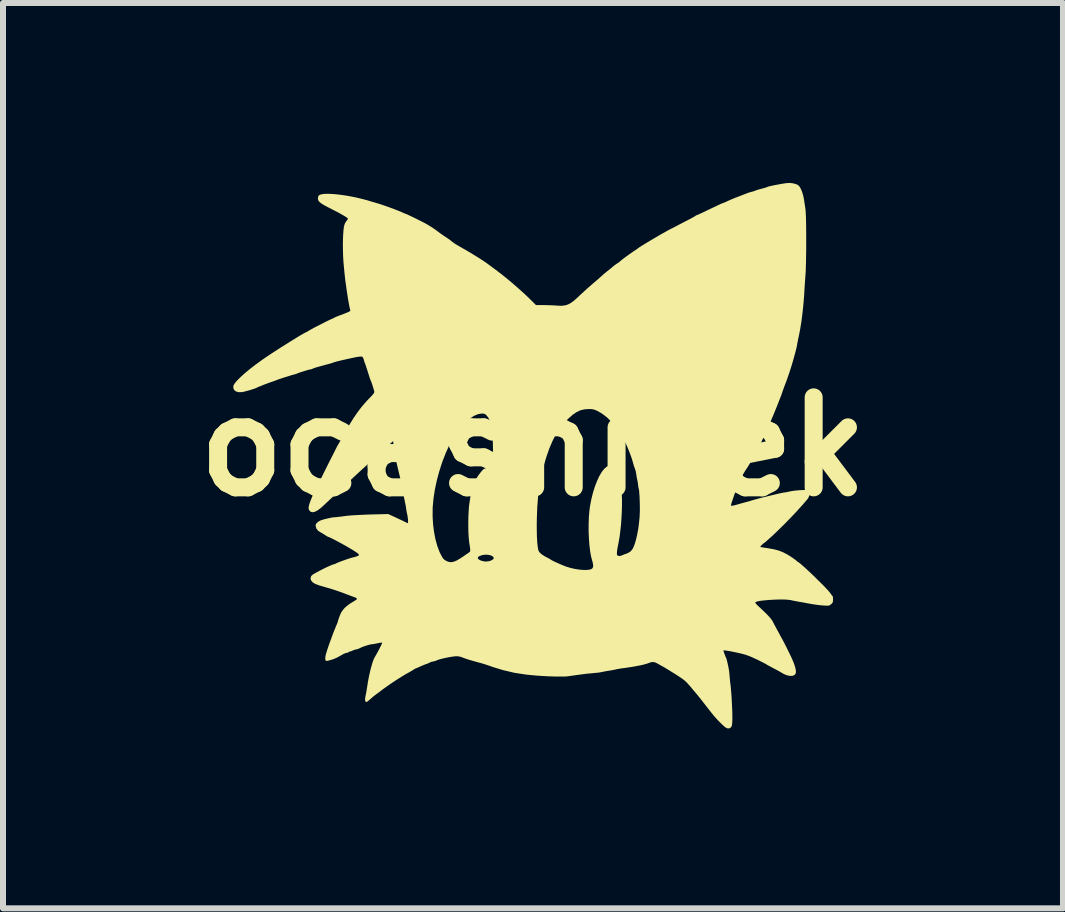
<source format=kicad_pcb>
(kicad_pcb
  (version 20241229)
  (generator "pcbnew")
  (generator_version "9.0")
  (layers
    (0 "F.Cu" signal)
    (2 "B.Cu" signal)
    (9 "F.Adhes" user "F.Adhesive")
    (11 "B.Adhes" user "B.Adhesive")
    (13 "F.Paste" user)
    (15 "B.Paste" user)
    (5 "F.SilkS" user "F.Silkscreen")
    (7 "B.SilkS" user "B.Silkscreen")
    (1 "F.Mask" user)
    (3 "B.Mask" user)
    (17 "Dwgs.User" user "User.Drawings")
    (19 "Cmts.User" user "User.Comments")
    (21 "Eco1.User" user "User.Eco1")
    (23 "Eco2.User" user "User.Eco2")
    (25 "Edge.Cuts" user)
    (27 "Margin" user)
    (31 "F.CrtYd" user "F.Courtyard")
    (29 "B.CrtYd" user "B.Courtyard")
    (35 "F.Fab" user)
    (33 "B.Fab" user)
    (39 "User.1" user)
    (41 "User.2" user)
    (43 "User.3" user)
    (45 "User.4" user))
  (footprint "ocasnicek"
    (layer "F.Cu")
    (at 5.836 4.396)
    (property "Reference" "ocasnicek" (at 0 0 0) (layer "F.SilkS") (effects (font (size 1.5 1.5) (thickness 0.3))))
    (attr board_only exclude_from_pos_files exclude_from_bom)
    (fp_poly (pts (xy 4.338 -4.389) (xy 4.386 -4.376) (xy 4.417 -4.362) (xy 4.441 -4.338) (xy 4.465 -4.297) (xy 4.487 -4.244) (xy 4.505 -4.183) (xy 4.518 -4.116) (xy 4.52 -4.103) (xy 4.526 -4.061) (xy 4.534 -4.01) (xy 4.541 -3.967) (xy 4.544 -3.936) (xy 4.547 -3.886) (xy 4.55 -3.822) (xy 4.552 -3.746) (xy 4.553 -3.659) (xy 4.554 -3.566) (xy 4.554 -3.467) (xy 4.554 -3.367) (xy 4.554 -3.267) (xy 4.552 -3.169) (xy 4.551 -3.078) (xy 4.548 -2.994) (xy 4.546 -2.921) (xy 4.542 -2.861) (xy 4.541 -2.847) (xy 4.536 -2.775) (xy 4.53 -2.695) (xy 4.525 -2.615) (xy 4.521 -2.544) (xy 4.52 -2.526) (xy 4.509 -2.387) (xy 4.494 -2.242) (xy 4.476 -2.098) (xy 4.454 -1.961) (xy 4.43 -1.836) (xy 4.424 -1.813) (xy 4.416 -1.771) (xy 4.407 -1.729) (xy 4.404 -1.707) (xy 4.394 -1.655) (xy 4.377 -1.587) (xy 4.356 -1.508) (xy 4.332 -1.423) (xy 4.305 -1.333) (xy 4.277 -1.245) (xy 4.248 -1.161) (xy 4.221 -1.085) (xy 4.211 -1.06) (xy 4.192 -1.01) (xy 4.173 -0.957) (xy 4.156 -0.91) (xy 4.153 -0.899) (xy 4.141 -0.864) (xy 4.122 -0.815) (xy 4.099 -0.757) (xy 4.074 -0.692) (xy 4.047 -0.626) (xy 4.021 -0.562) (xy 3.998 -0.506) (xy 3.978 -0.461) (xy 3.972 -0.446) (xy 3.954 -0.406) (xy 3.935 -0.362) (xy 3.929 -0.346) (xy 3.9 -0.277) (xy 3.864 -0.197) (xy 3.823 -0.111) (xy 3.778 -0.021) (xy 3.732 0.069) (xy 3.687 0.154) (xy 3.643 0.233) (xy 3.603 0.301) (xy 3.569 0.355) (xy 3.561 0.367) (xy 3.54 0.398) (xy 3.524 0.423) (xy 3.516 0.437) (xy 3.515 0.439) (xy 3.51 0.449) (xy 3.495 0.471) (xy 3.48 0.493) (xy 3.455 0.534) (xy 3.43 0.591) (xy 3.405 0.66) (xy 3.385 0.719) (xy 3.363 0.783) (xy 3.342 0.843) (xy 3.33 0.878) (xy 3.316 0.92) (xy 3.305 0.954) (xy 3.301 0.978) (xy 3.301 0.985) (xy 3.314 0.986) (xy 3.341 0.982) (xy 3.377 0.973) (xy 3.395 0.968) (xy 3.443 0.954) (xy 3.493 0.94) (xy 3.534 0.929) (xy 3.54 0.927) (xy 3.582 0.916) (xy 3.624 0.904) (xy 3.646 0.897) (xy 3.678 0.888) (xy 3.724 0.875) (xy 3.779 0.86) (xy 3.842 0.844) (xy 3.908 0.828) (xy 3.974 0.812) (xy 4.037 0.797) (xy 4.094 0.783) (xy 4.142 0.773) (xy 4.177 0.766) (xy 4.196 0.763) (xy 4.197 0.763) (xy 4.217 0.761) (xy 4.249 0.754) (xy 4.276 0.748) (xy 4.311 0.741) (xy 4.358 0.734) (xy 4.412 0.729) (xy 4.447 0.726) (xy 4.56 0.72) (xy 4.586 0.748) (xy 4.605 0.782) (xy 4.605 0.82) (xy 4.586 0.861) (xy 4.574 0.877) (xy 4.492 0.972) (xy 4.399 1.075) (xy 4.298 1.182) (xy 4.194 1.289) (xy 4.089 1.392) (xy 3.99 1.487) (xy 3.898 1.569) (xy 3.874 1.59) (xy 3.857 1.603) (xy 3.852 1.607) (xy 3.842 1.613) (xy 3.826 1.628) (xy 3.807 1.646) (xy 3.793 1.663) (xy 3.787 1.671) (xy 3.788 1.672) (xy 3.798 1.675) (xy 3.825 1.679) (xy 3.864 1.686) (xy 3.911 1.692) (xy 3.912 1.693) (xy 4.012 1.71) (xy 4.098 1.733) (xy 4.175 1.764) (xy 4.243 1.8) (xy 4.284 1.825) (xy 4.325 1.852) (xy 4.361 1.878) (xy 4.388 1.898) (xy 4.399 1.909) (xy 4.411 1.919) (xy 4.421 1.924) (xy 4.443 1.94) (xy 4.477 1.968) (xy 4.52 2.006) (xy 4.57 2.052) (xy 4.625 2.103) (xy 4.683 2.158) (xy 4.74 2.215) (xy 4.796 2.27) (xy 4.848 2.322) (xy 4.892 2.369) (xy 4.929 2.409) (xy 4.954 2.439) (xy 4.964 2.453) (xy 4.979 2.476) (xy 4.991 2.489) (xy 4.993 2.491) (xy 4.998 2.5) (xy 5.001 2.523) (xy 5.002 2.545) (xy 5 2.578) (xy 4.994 2.6) (xy 4.98 2.617) (xy 4.969 2.627) (xy 4.953 2.639) (xy 4.939 2.647) (xy 4.92 2.651) (xy 4.893 2.651) (xy 4.851 2.649) (xy 4.841 2.648) (xy 4.788 2.644) (xy 4.725 2.636) (xy 4.663 2.627) (xy 4.635 2.622) (xy 4.578 2.612) (xy 4.516 2.6) (xy 4.458 2.59) (xy 4.434 2.586) (xy 4.386 2.577) (xy 4.339 2.568) (xy 4.302 2.56) (xy 4.294 2.558) (xy 4.255 2.553) (xy 4.203 2.549) (xy 4.142 2.548) (xy 4.074 2.549) (xy 4.004 2.552) (xy 3.934 2.556) (xy 3.867 2.562) (xy 3.808 2.568) (xy 3.76 2.576) (xy 3.725 2.585) (xy 3.71 2.592) (xy 3.706 2.6) (xy 3.711 2.612) (xy 3.727 2.63) (xy 3.755 2.658) (xy 3.779 2.68) (xy 3.839 2.737) (xy 3.893 2.789) (xy 3.936 2.835) (xy 3.968 2.872) (xy 3.987 2.899) (xy 3.989 2.901) (xy 3.999 2.92) (xy 4.016 2.954) (xy 4.039 2.996) (xy 4.065 3.045) (xy 4.093 3.096) (xy 4.119 3.145) (xy 4.143 3.189) (xy 4.162 3.223) (xy 4.173 3.243) (xy 4.173 3.244) (xy 4.182 3.261) (xy 4.198 3.292) (xy 4.22 3.335) (xy 4.245 3.386) (xy 4.272 3.44) (xy 4.318 3.537) (xy 4.352 3.62) (xy 4.373 3.686) (xy 4.383 3.738) (xy 4.381 3.776) (xy 4.379 3.782) (xy 4.359 3.807) (xy 4.327 3.821) (xy 4.285 3.822) (xy 4.235 3.812) (xy 4.182 3.791) (xy 4.138 3.765) (xy 4.119 3.754) (xy 4.087 3.736) (xy 4.046 3.714) (xy 4.013 3.697) (xy 3.972 3.675) (xy 3.937 3.656) (xy 3.912 3.643) (xy 3.902 3.637) (xy 3.885 3.626) (xy 3.854 3.609) (xy 3.812 3.588) (xy 3.765 3.564) (xy 3.717 3.541) (xy 3.671 3.52) (xy 3.633 3.503) (xy 3.631 3.502) (xy 3.59 3.486) (xy 3.548 3.471) (xy 3.502 3.458) (xy 3.446 3.444) (xy 3.377 3.429) (xy 3.339 3.421) (xy 3.289 3.411) (xy 3.244 3.404) (xy 3.207 3.398) (xy 3.182 3.396) (xy 3.174 3.397) (xy 3.177 3.411) (xy 3.185 3.436) (xy 3.196 3.466) (xy 3.206 3.492) (xy 3.213 3.509) (xy 3.214 3.51) (xy 3.221 3.526) (xy 3.23 3.556) (xy 3.24 3.596) (xy 3.25 3.64) (xy 3.259 3.684) (xy 3.266 3.723) (xy 3.269 3.741) (xy 3.273 3.78) (xy 3.277 3.826) (xy 3.28 3.857) (xy 3.283 3.896) (xy 3.287 3.932) (xy 3.29 3.952) (xy 3.295 3.993) (xy 3.3 4.05) (xy 3.306 4.118) (xy 3.311 4.194) (xy 3.315 4.274) (xy 3.319 4.352) (xy 3.322 4.426) (xy 3.323 4.49) (xy 3.323 4.54) (xy 3.323 4.551) (xy 3.321 4.602) (xy 3.317 4.636) (xy 3.312 4.659) (xy 3.304 4.674) (xy 3.3 4.679) (xy 3.273 4.697) (xy 3.242 4.697) (xy 3.209 4.681) (xy 3.188 4.665) (xy 3.158 4.637) (xy 3.122 4.602) (xy 3.083 4.562) (xy 3.046 4.522) (xy 3.013 4.484) (xy 2.997 4.464) (xy 2.973 4.435) (xy 2.944 4.398) (xy 2.921 4.369) (xy 2.892 4.332) (xy 2.858 4.288) (xy 2.827 4.248) (xy 2.795 4.207) (xy 2.757 4.16) (xy 2.723 4.118) (xy 2.722 4.117) (xy 2.67 4.056) (xy 2.63 4.007) (xy 2.597 3.97) (xy 2.571 3.941) (xy 2.549 3.919) (xy 2.529 3.901) (xy 2.509 3.885) (xy 2.487 3.868) (xy 2.464 3.853) (xy 2.43 3.83) (xy 2.384 3.8) (xy 2.331 3.767) (xy 2.276 3.733) (xy 2.224 3.701) (xy 2.181 3.675) (xy 2.158 3.663) (xy 2.122 3.643) (xy 2.082 3.62) (xy 2.067 3.611) (xy 2.024 3.593) (xy 1.984 3.59) (xy 1.939 3.603) (xy 1.933 3.606) (xy 1.889 3.621) (xy 1.827 3.638) (xy 1.748 3.654) (xy 1.655 3.671) (xy 1.549 3.687) (xy 1.486 3.695) (xy 1.443 3.702) (xy 1.401 3.709) (xy 1.376 3.715) (xy 1.343 3.722) (xy 1.299 3.73) (xy 1.255 3.737) (xy 1.214 3.744) (xy 1.177 3.751) (xy 1.151 3.756) (xy 1.15 3.757) (xy 1.123 3.762) (xy 1.086 3.768) (xy 1.06 3.77) (xy 0.99 3.777) (xy 0.935 3.782) (xy 0.89 3.786) (xy 0.852 3.791) (xy 0.813 3.796) (xy 0.771 3.802) (xy 0.763 3.803) (xy 0.708 3.81) (xy 0.649 3.819) (xy 0.597 3.826) (xy 0.578 3.829) (xy 0.537 3.832) (xy 0.48 3.833) (xy 0.409 3.833) (xy 0.329 3.831) (xy 0.242 3.828) (xy 0.151 3.823) (xy 0.061 3.817) (xy -0.026 3.809) (xy -0.107 3.801) (xy -0.116 3.8) (xy -0.306 3.771) (xy -0.495 3.727) (xy -0.676 3.672) (xy -0.708 3.66) (xy -0.76 3.642) (xy -0.817 3.624) (xy -0.869 3.608) (xy -0.879 3.606) (xy -0.976 3.579) (xy -1.054 3.557) (xy -1.113 3.538) (xy -1.156 3.523) (xy -1.177 3.514) (xy -1.212 3.502) (xy -1.255 3.495) (xy -1.272 3.494) (xy -1.306 3.496) (xy -1.352 3.502) (xy -1.407 3.511) (xy -1.463 3.523) (xy -1.516 3.535) (xy -1.561 3.547) (xy -1.593 3.558) (xy -1.597 3.56) (xy -1.624 3.571) (xy -1.658 3.58) (xy -1.663 3.581) (xy -1.694 3.588) (xy -1.719 3.598) (xy -1.722 3.6) (xy -1.745 3.611) (xy -1.776 3.623) (xy -1.783 3.625) (xy -1.814 3.637) (xy -1.853 3.653) (xy -1.885 3.667) (xy -1.917 3.682) (xy -1.941 3.692) (xy -1.953 3.696) (xy -1.966 3.701) (xy -1.986 3.714) (xy -1.987 3.715) (xy -2.012 3.731) (xy -2.045 3.75) (xy -2.064 3.761) (xy -2.122 3.793) (xy -2.191 3.835) (xy -2.266 3.882) (xy -2.343 3.933) (xy -2.416 3.983) (xy -2.482 4.03) (xy -2.506 4.047) (xy -2.546 4.078) (xy -2.586 4.108) (xy -2.619 4.132) (xy -2.63 4.14) (xy -2.663 4.166) (xy -2.7 4.198) (xy -2.72 4.216) (xy -2.747 4.238) (xy -2.768 4.253) (xy -2.779 4.258) (xy -2.792 4.25) (xy -2.799 4.227) (xy -2.799 4.194) (xy -2.794 4.165) (xy -2.788 4.137) (xy -2.78 4.095) (xy -2.772 4.047) (xy -2.767 4.017) (xy -2.751 3.914) (xy -2.732 3.816) (xy -2.711 3.725) (xy -2.69 3.645) (xy -2.669 3.578) (xy -2.648 3.527) (xy -2.636 3.505) (xy -2.617 3.473) (xy -2.595 3.433) (xy -2.572 3.391) (xy -2.551 3.35) (xy -2.533 3.313) (xy -2.52 3.285) (xy -2.515 3.269) (xy -2.515 3.267) (xy -2.526 3.267) (xy -2.552 3.27) (xy -2.587 3.277) (xy -2.592 3.278) (xy -2.631 3.286) (xy -2.665 3.292) (xy -2.687 3.294) (xy -2.688 3.294) (xy -2.711 3.298) (xy -2.747 3.307) (xy -2.789 3.32) (xy -2.83 3.334) (xy -2.865 3.348) (xy -2.884 3.358) (xy -2.91 3.37) (xy -2.942 3.379) (xy -2.948 3.38) (xy -2.98 3.388) (xy -3.007 3.399) (xy -3.01 3.401) (xy -3.035 3.412) (xy -3.053 3.415) (xy -3.069 3.419) (xy -3.073 3.425) (xy -3.082 3.433) (xy -3.093 3.435) (xy -3.121 3.44) (xy -3.159 3.456) (xy -3.209 3.484) (xy -3.222 3.492) (xy -3.28 3.523) (xy -3.349 3.55) (xy -3.419 3.569) (xy -3.422 3.57) (xy -3.446 3.572) (xy -3.459 3.563) (xy -3.464 3.541) (xy -3.462 3.504) (xy -3.458 3.481) (xy -3.451 3.455) (xy -3.439 3.414) (xy -3.422 3.361) (xy -3.401 3.3) (xy -3.377 3.235) (xy -3.353 3.169) (xy -3.33 3.106) (xy -3.307 3.049) (xy -3.288 3.002) (xy -3.274 2.969) (xy -3.262 2.942) (xy -3.255 2.921) (xy -3.254 2.917) (xy -3.251 2.902) (xy -3.242 2.874) (xy -3.229 2.838) (xy -3.223 2.822) (xy -3.203 2.774) (xy -3.181 2.738) (xy -3.154 2.704) (xy -3.134 2.683) (xy -3.094 2.649) (xy -3.048 2.615) (xy -3.007 2.59) (xy -2.974 2.57) (xy -2.948 2.553) (xy -2.936 2.541) (xy -2.935 2.539) (xy -2.942 2.527) (xy -2.964 2.514) (xy -2.97 2.512) (xy -2.996 2.503) (xy -3.034 2.489) (xy -3.079 2.472) (xy -3.108 2.461) (xy -3.19 2.43) (xy -3.261 2.405) (xy -3.328 2.383) (xy -3.398 2.361) (xy -3.415 2.357) (xy -3.465 2.342) (xy -3.519 2.326) (xy -3.566 2.313) (xy -3.57 2.311) (xy -3.63 2.289) (xy -3.673 2.262) (xy -3.7 2.231) (xy -3.71 2.198) (xy -3.701 2.165) (xy -3.686 2.144) (xy -3.669 2.131) (xy -3.637 2.112) (xy -3.595 2.089) (xy -3.546 2.063) (xy -3.494 2.036) (xy -3.442 2.011) (xy -3.394 1.989) (xy -3.353 1.972) (xy -3.324 1.961) (xy -3.311 1.958) (xy -3.292 1.952) (xy -3.289 1.95) (xy -3.274 1.941) (xy -3.244 1.929) (xy -3.203 1.913) (xy -3.155 1.896) (xy -3.105 1.878) (xy -3.057 1.862) (xy -3.015 1.85) (xy -2.988 1.843) (xy -2.941 1.83) (xy -2.913 1.819) (xy -2.902 1.807) (xy -2.908 1.792) (xy -2.93 1.773) (xy -2.945 1.762) (xy -2.974 1.743) (xy -3.014 1.718) (xy -3.063 1.689) (xy -3.118 1.657) (xy -3.175 1.625) (xy -3.232 1.594) (xy -3.286 1.565) (xy -3.334 1.54) (xy -3.373 1.521) (xy -3.399 1.509) (xy -3.409 1.507) (xy -3.422 1.501) (xy -3.444 1.488) (xy -3.459 1.479) (xy -3.493 1.457) (xy -3.529 1.436) (xy -3.538 1.431) (xy -3.583 1.402) (xy -3.61 1.369) (xy -3.622 1.332) (xy -3.624 1.308) (xy -3.618 1.289) (xy -3.599 1.268) (xy -3.594 1.263) (xy -3.572 1.246) (xy -3.546 1.232) (xy -3.509 1.219) (xy -3.459 1.205) (xy -3.414 1.195) (xy -3.374 1.186) (xy -3.345 1.18) (xy -3.334 1.179) (xy -3.303 1.177) (xy -3.263 1.173) (xy -3.221 1.168) (xy -3.184 1.164) (xy -3.16 1.16) (xy -3.157 1.16) (xy -3.129 1.156) (xy -3.084 1.151) (xy -3.025 1.146) (xy -2.955 1.142) (xy -2.879 1.138) (xy -2.798 1.134) (xy -2.716 1.131) (xy -2.637 1.129) (xy -2.636 1.129) (xy -2.414 1.124) (xy -2.304 1.174) (xy -2.255 1.197) (xy -2.208 1.219) (xy -2.167 1.238) (xy -2.144 1.25) (xy -2.115 1.264) (xy -2.094 1.273) (xy -2.086 1.275) (xy -2.083 1.266) (xy -2.083 1.243) (xy -2.085 1.211) (xy -2.089 1.176) (xy -2.091 1.165) (xy -1.674 1.165) (xy -1.666 1.295) (xy -1.65 1.423) (xy -1.627 1.543) (xy -1.597 1.652) (xy -1.562 1.747) (xy -1.551 1.771) (xy -1.527 1.818) (xy -1.508 1.851) (xy -1.49 1.874) (xy -1.471 1.89) (xy -1.447 1.904) (xy -1.438 1.909) (xy -1.399 1.923) (xy -1.36 1.926) (xy -1.317 1.917) (xy -1.268 1.896) (xy -1.21 1.861) (xy -0.921 1.861) (xy -0.904 1.881) (xy -0.867 1.9) (xy -0.858 1.903) (xy -0.797 1.916) (xy -0.736 1.91) (xy -0.703 1.9) (xy -0.671 1.883) (xy -0.656 1.865) (xy -0.657 1.846) (xy -0.672 1.83) (xy -0.697 1.816) (xy -0.731 1.806) (xy -0.773 1.801) (xy -0.818 1.803) (xy -0.853 1.81) (xy -0.895 1.825) (xy -0.918 1.842) (xy -0.921 1.861) (xy -1.21 1.861) (xy -1.208 1.86) (xy -1.2 1.855) (xy -1.158 1.827) (xy -1.119 1.8) (xy -1.088 1.779) (xy -1.071 1.767) (xy -1.06 1.758) (xy -1.052 1.751) (xy -1.048 1.741) (xy -1.047 1.726) (xy -1.048 1.702) (xy -1.053 1.666) (xy -1.061 1.615) (xy -1.065 1.587) (xy -1.072 1.519) (xy -1.077 1.436) (xy -1.079 1.343) (xy -1.079 1.302) (xy 0.062 1.302) (xy 0.063 1.409) (xy 0.065 1.506) (xy 0.07 1.591) (xy 0.077 1.66) (xy 0.086 1.713) (xy 0.091 1.734) (xy 0.11 1.764) (xy 0.148 1.798) (xy 0.204 1.833) (xy 0.241 1.852) (xy 0.271 1.868) (xy 0.293 1.881) (xy 0.301 1.887) (xy 0.313 1.894) (xy 0.339 1.908) (xy 0.375 1.925) (xy 0.418 1.944) (xy 0.463 1.964) (xy 0.505 1.981) (xy 0.541 1.996) (xy 0.547 1.998) (xy 0.618 2.02) (xy 0.691 2.037) (xy 0.763 2.049) (xy 0.83 2.055) (xy 0.89 2.056) (xy 0.94 2.051) (xy 0.975 2.04) (xy 0.985 2.033) (xy 1 2.011) (xy 1.003 1.979) (xy 0.996 1.935) (xy 0.986 1.9) (xy 0.967 1.828) (xy 0.952 1.741) (xy 0.94 1.64) (xy 0.932 1.531) (xy 0.927 1.418) (xy 0.927 1.303) (xy 0.93 1.191) (xy 0.938 1.086) (xy 0.949 0.997) (xy 0.971 0.883) (xy 0.998 0.773) (xy 1.03 0.669) (xy 1.067 0.574) (xy 1.105 0.491) (xy 1.146 0.422) (xy 1.185 0.372) (xy 1.224 0.338) (xy 1.257 0.319) (xy 1.289 0.317) (xy 1.324 0.328) (xy 1.324 0.329) (xy 1.358 0.356) (xy 1.389 0.403) (xy 1.417 0.47) (xy 1.442 0.555) (xy 1.463 0.66) (xy 1.472 0.718) (xy 1.479 0.791) (xy 1.483 0.879) (xy 1.483 0.979) (xy 1.48 1.087) (xy 1.474 1.199) (xy 1.466 1.311) (xy 1.454 1.418) (xy 1.441 1.517) (xy 1.425 1.604) (xy 1.425 1.607) (xy 1.41 1.681) (xy 1.401 1.737) (xy 1.398 1.777) (xy 1.4 1.802) (xy 1.407 1.814) (xy 1.431 1.823) (xy 1.457 1.822) (xy 1.492 1.808) (xy 1.494 1.808) (xy 1.521 1.796) (xy 1.542 1.789) (xy 1.546 1.788) (xy 1.56 1.783) (xy 1.585 1.772) (xy 1.599 1.764) (xy 1.632 1.741) (xy 1.658 1.708) (xy 1.67 1.686) (xy 1.694 1.628) (xy 1.716 1.554) (xy 1.736 1.467) (xy 1.754 1.372) (xy 1.767 1.272) (xy 1.777 1.171) (xy 1.781 1.073) (xy 1.781 1.07) (xy 1.781 1.012) (xy 1.78 0.95) (xy 1.778 0.888) (xy 1.776 0.83) (xy 1.772 0.778) (xy 1.769 0.738) (xy 1.765 0.711) (xy 1.763 0.703) (xy 1.759 0.689) (xy 1.754 0.662) (xy 1.752 0.641) (xy 1.747 0.602) (xy 1.74 0.565) (xy 1.737 0.551) (xy 1.73 0.518) (xy 1.724 0.478) (xy 1.722 0.466) (xy 1.713 0.412) (xy 1.696 0.359) (xy 1.687 0.336) (xy 1.68 0.316) (xy 1.671 0.284) (xy 1.662 0.252) (xy 1.651 0.211) (xy 1.632 0.157) (xy 1.609 0.097) (xy 1.585 0.035) (xy 1.56 -0.023) (xy 1.538 -0.071) (xy 1.528 -0.09) (xy 1.511 -0.122) (xy 1.495 -0.151) (xy 1.49 -0.161) (xy 1.467 -0.201) (xy 1.433 -0.252) (xy 1.395 -0.306) (xy 1.354 -0.359) (xy 1.316 -0.404) (xy 1.314 -0.407) (xy 1.233 -0.488) (xy 1.149 -0.552) (xy 1.075 -0.594) (xy 1.037 -0.611) (xy 1.005 -0.621) (xy 0.97 -0.626) (xy 0.929 -0.627) (xy 0.859 -0.622) (xy 0.793 -0.607) (xy 0.73 -0.578) (xy 0.666 -0.535) (xy 0.598 -0.476) (xy 0.569 -0.448) (xy 0.497 -0.37) (xy 0.433 -0.286) (xy 0.375 -0.194) (xy 0.323 -0.09) (xy 0.273 0.027) (xy 0.226 0.161) (xy 0.221 0.176) (xy 0.174 0.335) (xy 0.136 0.494) (xy 0.106 0.655) (xy 0.085 0.824) (xy 0.071 1.005) (xy 0.064 1.185) (xy 0.062 1.302) (xy -1.079 1.302) (xy -1.079 1.246) (xy -1.077 1.15) (xy -1.072 1.059) (xy -1.066 0.98) (xy -1.059 0.934) (xy -1.056 0.911) (xy -1.05 0.876) (xy -1.045 0.842) (xy -1.034 0.792) (xy -1.018 0.731) (xy -0.997 0.666) (xy -0.975 0.603) (xy -0.953 0.55) (xy -0.944 0.532) (xy -0.925 0.499) (xy -0.898 0.461) (xy -0.868 0.422) (xy -0.84 0.39) (xy -0.824 0.374) (xy -0.795 0.363) (xy -0.765 0.368) (xy -0.736 0.388) (xy -0.711 0.421) (xy -0.701 0.446) (xy -0.69 0.472) (xy -0.678 0.488) (xy -0.674 0.49) (xy -0.671 0.489) (xy -0.668 0.48) (xy -0.666 0.463) (xy -0.664 0.435) (xy -0.664 0.396) (xy -0.663 0.342) (xy -0.664 0.272) (xy -0.665 0.185) (xy -0.665 0.139) (xy -0.667 0.052) (xy -0.669 -0.03) (xy -0.671 -0.104) (xy -0.674 -0.168) (xy -0.676 -0.218) (xy -0.679 -0.253) (xy -0.681 -0.266) (xy -0.69 -0.307) (xy -0.699 -0.349) (xy -0.702 -0.362) (xy -0.721 -0.431) (xy -0.746 -0.484) (xy -0.773 -0.519) (xy -0.796 -0.54) (xy -0.819 -0.55) (xy -0.851 -0.552) (xy -0.852 -0.552) (xy -0.913 -0.543) (xy -0.979 -0.516) (xy -1.048 -0.472) (xy -1.119 -0.413) (xy -1.19 -0.339) (xy -1.26 -0.252) (xy -1.265 -0.246) (xy -1.333 -0.142) (xy -1.398 -0.021) (xy -1.458 0.114) (xy -1.514 0.258) (xy -1.562 0.409) (xy -1.604 0.564) (xy -1.637 0.719) (xy -1.66 0.871) (xy -1.673 1.016) (xy -1.673 1.034) (xy -1.674 1.165) (xy -2.091 1.165) (xy -2.094 1.142) (xy -2.1 1.12) (xy -2.106 1.09) (xy -2.112 1.054) (xy -2.114 1.045) (xy -2.119 1.004) (xy -2.127 0.962) (xy -2.129 0.954) (xy -2.136 0.918) (xy -2.145 0.874) (xy -2.15 0.849) (xy -2.158 0.807) (xy -2.167 0.764) (xy -2.171 0.743) (xy -2.178 0.706) (xy -2.183 0.67) (xy -2.184 0.663) (xy -2.188 0.643) (xy -2.195 0.606) (xy -2.206 0.558) (xy -2.22 0.5) (xy -2.235 0.438) (xy -2.238 0.427) (xy -2.256 0.35) (xy -2.271 0.287) (xy -2.283 0.23) (xy -2.293 0.176) (xy -2.303 0.117) (xy -2.313 0.049) (xy -2.321 -0.008) (xy -2.333 -0.092) (xy -2.358 -0.068) (xy -2.38 -0.05) (xy -2.395 -0.036) (xy -2.396 -0.035) (xy -2.407 -0.025) (xy -2.43 -0.004) (xy -2.462 0.025) (xy -2.5 0.06) (xy -2.517 0.076) (xy -2.561 0.117) (xy -2.606 0.158) (xy -2.646 0.194) (xy -2.676 0.221) (xy -2.682 0.226) (xy -2.71 0.251) (xy -2.734 0.272) (xy -2.747 0.284) (xy -2.747 0.285) (xy -2.759 0.297) (xy -2.782 0.318) (xy -2.807 0.341) (xy -2.831 0.362) (xy -2.866 0.394) (xy -2.909 0.434) (xy -2.955 0.477) (xy -2.993 0.512) (xy -3.038 0.555) (xy -3.08 0.594) (xy -3.117 0.628) (xy -3.144 0.653) (xy -3.158 0.666) (xy -3.174 0.681) (xy -3.201 0.707) (xy -3.239 0.742) (xy -3.282 0.783) (xy -3.329 0.828) (xy -3.338 0.837) (xy -3.387 0.883) (xy -3.433 0.926) (xy -3.474 0.964) (xy -3.507 0.995) (xy -3.528 1.014) (xy -3.53 1.016) (xy -3.587 1.06) (xy -3.636 1.086) (xy -3.677 1.094) (xy -3.709 1.085) (xy -3.732 1.058) (xy -3.741 1.037) (xy -3.741 1.01) (xy -3.732 0.967) (xy -3.713 0.911) (xy -3.685 0.842) (xy -3.662 0.792) (xy -3.648 0.761) (xy -3.626 0.717) (xy -3.599 0.662) (xy -3.568 0.598) (xy -3.533 0.529) (xy -3.497 0.455) (xy -3.459 0.379) (xy -3.422 0.304) (xy -3.385 0.231) (xy -3.351 0.164) (xy -3.32 0.103) (xy -3.294 0.051) (xy -3.274 0.011) (xy -3.26 -0.015) (xy -3.254 -0.025) (xy -3.246 -0.039) (xy -3.231 -0.064) (xy -3.217 -0.09) (xy -3.137 -0.236) (xy -3.062 -0.364) (xy -2.991 -0.478) (xy -2.922 -0.578) (xy -2.855 -0.666) (xy -2.787 -0.745) (xy -2.739 -0.796) (xy -2.7 -0.836) (xy -2.673 -0.866) (xy -2.656 -0.887) (xy -2.648 -0.902) (xy -2.646 -0.915) (xy -2.647 -0.922) (xy -2.655 -0.951) (xy -2.666 -0.989) (xy -2.679 -1.03) (xy -2.691 -1.066) (xy -2.701 -1.093) (xy -2.704 -1.099) (xy -2.712 -1.117) (xy -2.723 -1.148) (xy -2.735 -1.187) (xy -2.737 -1.194) (xy -2.761 -1.268) (xy -2.779 -1.324) (xy -2.792 -1.364) (xy -2.802 -1.389) (xy -2.803 -1.391) (xy -2.811 -1.414) (xy -2.82 -1.445) (xy -2.822 -1.453) (xy -2.835 -1.486) (xy -2.853 -1.502) (xy -2.87 -1.502) (xy -2.903 -1.499) (xy -2.944 -1.493) (xy -2.975 -1.487) (xy -3.054 -1.47) (xy -3.127 -1.454) (xy -3.192 -1.439) (xy -3.248 -1.426) (xy -3.29 -1.415) (xy -3.317 -1.407) (xy -3.324 -1.404) (xy -3.34 -1.398) (xy -3.371 -1.388) (xy -3.41 -1.377) (xy -3.43 -1.372) (xy -3.5 -1.353) (xy -3.554 -1.338) (xy -3.594 -1.327) (xy -3.624 -1.318) (xy -3.645 -1.311) (xy -3.661 -1.305) (xy -3.672 -1.3) (xy -3.698 -1.29) (xy -3.717 -1.286) (xy -3.718 -1.286) (xy -3.734 -1.283) (xy -3.765 -1.275) (xy -3.803 -1.263) (xy -3.845 -1.25) (xy -3.886 -1.237) (xy -3.919 -1.225) (xy -3.934 -1.219) (xy -3.957 -1.21) (xy -3.973 -1.205) (xy -3.974 -1.205) (xy -3.986 -1.202) (xy -4.014 -1.195) (xy -4.052 -1.183) (xy -4.096 -1.169) (xy -4.143 -1.155) (xy -4.187 -1.14) (xy -4.225 -1.128) (xy -4.253 -1.118) (xy -4.263 -1.114) (xy -4.282 -1.107) (xy -4.313 -1.095) (xy -4.353 -1.081) (xy -4.374 -1.074) (xy -4.419 -1.058) (xy -4.462 -1.042) (xy -4.495 -1.029) (xy -4.505 -1.025) (xy -4.536 -1.012) (xy -4.564 -1.001) (xy -4.57 -0.999) (xy -4.591 -0.991) (xy -4.6 -0.985) (xy -4.612 -0.979) (xy -4.64 -0.968) (xy -4.677 -0.956) (xy -4.721 -0.942) (xy -4.765 -0.93) (xy -4.807 -0.919) (xy -4.84 -0.911) (xy -4.854 -0.909) (xy -4.908 -0.908) (xy -4.951 -0.92) (xy -4.981 -0.943) (xy -4.996 -0.976) (xy -4.996 -1.011) (xy -4.983 -1.04) (xy -4.954 -1.079) (xy -4.911 -1.125) (xy -4.855 -1.179) (xy -4.788 -1.238) (xy -4.71 -1.302) (xy -4.623 -1.369) (xy -4.528 -1.438) (xy -4.503 -1.456) (xy -4.456 -1.488) (xy -4.4 -1.526) (xy -4.336 -1.568) (xy -4.268 -1.612) (xy -4.197 -1.658) (xy -4.125 -1.703) (xy -4.055 -1.747) (xy -3.988 -1.788) (xy -3.927 -1.826) (xy -3.874 -1.858) (xy -3.83 -1.883) (xy -3.799 -1.9) (xy -3.782 -1.908) (xy -3.78 -1.908) (xy -3.769 -1.914) (xy -3.749 -1.926) (xy -3.746 -1.928) (xy -3.727 -1.94) (xy -3.694 -1.958) (xy -3.651 -1.982) (xy -3.6 -2.008) (xy -3.545 -2.036) (xy -3.491 -2.064) (xy -3.441 -2.089) (xy -3.398 -2.11) (xy -3.366 -2.125) (xy -3.355 -2.129) (xy -3.33 -2.14) (xy -3.316 -2.148) (xy -3.314 -2.149) (xy -3.303 -2.155) (xy -3.278 -2.166) (xy -3.241 -2.181) (xy -3.209 -2.193) (xy -3.148 -2.216) (xy -3.103 -2.234) (xy -3.073 -2.247) (xy -3.055 -2.257) (xy -3.047 -2.265) (xy -3.046 -2.271) (xy -3.046 -2.273) (xy -3.053 -2.298) (xy -3.062 -2.339) (xy -3.072 -2.395) (xy -3.084 -2.461) (xy -3.095 -2.534) (xy -3.107 -2.612) (xy -3.118 -2.691) (xy -3.129 -2.768) (xy -3.137 -2.84) (xy -3.144 -2.903) (xy -3.148 -2.947) (xy -3.152 -2.99) (xy -3.156 -3.033) (xy -3.158 -3.053) (xy -3.163 -3.121) (xy -3.167 -3.202) (xy -3.169 -3.291) (xy -3.17 -3.381) (xy -3.168 -3.467) (xy -3.165 -3.536) (xy -3.16 -3.605) (xy -3.154 -3.657) (xy -3.145 -3.696) (xy -3.133 -3.727) (xy -3.117 -3.753) (xy -3.1 -3.774) (xy -3.087 -3.793) (xy -3.089 -3.806) (xy -3.091 -3.808) (xy -3.111 -3.824) (xy -3.148 -3.847) (xy -3.198 -3.876) (xy -3.26 -3.91) (xy -3.332 -3.947) (xy -3.374 -3.969) (xy -3.443 -4.004) (xy -3.496 -4.033) (xy -3.534 -4.058) (xy -3.56 -4.079) (xy -3.576 -4.099) (xy -3.584 -4.119) (xy -3.586 -4.139) (xy -3.582 -4.168) (xy -3.569 -4.188) (xy -3.56 -4.195) (xy -3.527 -4.207) (xy -3.478 -4.214) (xy -3.415 -4.215) (xy -3.339 -4.212) (xy -3.253 -4.204) (xy -3.16 -4.192) (xy -3.062 -4.176) (xy -2.96 -4.156) (xy -2.859 -4.132) (xy -2.759 -4.106) (xy -2.728 -4.096) (xy -2.677 -4.081) (xy -2.626 -4.066) (xy -2.583 -4.053) (xy -2.566 -4.048) (xy -2.519 -4.033) (xy -2.459 -4.012) (xy -2.394 -3.989) (xy -2.328 -3.965) (xy -2.267 -3.941) (xy -2.214 -3.92) (xy -2.183 -3.906) (xy -2.15 -3.892) (xy -2.125 -3.881) (xy -2.112 -3.877) (xy -2.112 -3.877) (xy -2.102 -3.873) (xy -2.076 -3.861) (xy -2.038 -3.843) (xy -1.99 -3.82) (xy -1.935 -3.793) (xy -1.919 -3.785) (xy -1.836 -3.743) (xy -1.765 -3.705) (xy -1.701 -3.666) (xy -1.636 -3.623) (xy -1.566 -3.571) (xy -1.542 -3.553) (xy -1.529 -3.544) (xy -1.504 -3.527) (xy -1.472 -3.505) (xy -1.461 -3.498) (xy -1.425 -3.474) (xy -1.4 -3.457) (xy -1.382 -3.444) (xy -1.366 -3.431) (xy -1.345 -3.414) (xy -1.336 -3.407) (xy -1.313 -3.39) (xy -1.277 -3.368) (xy -1.234 -3.342) (xy -1.195 -3.32) (xy -1.13 -3.283) (xy -1.059 -3.242) (xy -0.986 -3.197) (xy -0.915 -3.153) (xy -0.85 -3.112) (xy -0.795 -3.075) (xy -0.765 -3.054) (xy -0.638 -2.96) (xy -0.526 -2.875) (xy -0.428 -2.796) (xy -0.341 -2.723) (xy -0.311 -2.697) (xy -0.282 -2.672) (xy -0.245 -2.639) (xy -0.205 -2.604) (xy -0.191 -2.591) (xy -0.151 -2.555) (xy -0.104 -2.511) (xy -0.058 -2.467) (xy -0.034 -2.443) (xy 0.049 -2.36) (xy 0.178 -2.36) (xy 0.238 -2.359) (xy 0.302 -2.357) (xy 0.361 -2.354) (xy 0.4 -2.351) (xy 0.48 -2.348) (xy 0.548 -2.358) (xy 0.609 -2.382) (xy 0.669 -2.422) (xy 0.704 -2.452) (xy 0.776 -2.519) (xy 0.847 -2.584) (xy 0.914 -2.645) (xy 0.974 -2.697) (xy 1.019 -2.737) (xy 1.059 -2.77) (xy 1.099 -2.805) (xy 1.132 -2.835) (xy 1.145 -2.846) (xy 1.179 -2.877) (xy 1.217 -2.908) (xy 1.235 -2.923) (xy 1.285 -2.962) (xy 1.323 -2.994) (xy 1.34 -3.009) (xy 1.355 -3.021) (xy 1.38 -3.038) (xy 1.391 -3.046) (xy 1.42 -3.065) (xy 1.445 -3.084) (xy 1.451 -3.09) (xy 1.475 -3.11) (xy 1.511 -3.138) (xy 1.554 -3.17) (xy 1.6 -3.203) (xy 1.644 -3.234) (xy 1.682 -3.26) (xy 1.682 -3.26) (xy 1.713 -3.28) (xy 1.736 -3.296) (xy 1.747 -3.305) (xy 1.748 -3.306) (xy 1.759 -3.314) (xy 1.785 -3.331) (xy 1.823 -3.355) (xy 1.87 -3.384) (xy 1.923 -3.416) (xy 1.98 -3.45) (xy 2.038 -3.484) (xy 2.094 -3.517) (xy 2.146 -3.547) (xy 2.19 -3.571) (xy 2.205 -3.579) (xy 2.23 -3.594) (xy 2.249 -3.605) (xy 2.25 -3.605) (xy 2.269 -3.616) (xy 2.295 -3.628) (xy 2.318 -3.64) (xy 2.352 -3.657) (xy 2.391 -3.678) (xy 2.4 -3.683) (xy 2.44 -3.704) (xy 2.491 -3.73) (xy 2.546 -3.759) (xy 2.591 -3.782) (xy 2.635 -3.805) (xy 2.671 -3.825) (xy 2.697 -3.84) (xy 2.71 -3.849) (xy 2.71 -3.849) (xy 2.722 -3.857) (xy 2.723 -3.857) (xy 2.727 -3.858) (xy 2.736 -3.861) (xy 2.751 -3.867) (xy 2.774 -3.878) (xy 2.807 -3.893) (xy 2.851 -3.913) (xy 2.907 -3.941) (xy 2.979 -3.975) (xy 3.06 -4.013) (xy 3.099 -4.032) (xy 3.131 -4.047) (xy 3.152 -4.056) (xy 3.158 -4.058) (xy 3.17 -4.061) (xy 3.194 -4.071) (xy 3.212 -4.079) (xy 3.273 -4.107) (xy 3.321 -4.128) (xy 3.36 -4.144) (xy 3.396 -4.158) (xy 3.42 -4.167) (xy 3.457 -4.181) (xy 3.492 -4.195) (xy 3.51 -4.202) (xy 3.6 -4.236) (xy 3.651 -4.25) (xy 3.681 -4.258) (xy 3.704 -4.267) (xy 3.708 -4.269) (xy 3.725 -4.275) (xy 3.756 -4.285) (xy 3.795 -4.296) (xy 3.808 -4.299) (xy 3.847 -4.31) (xy 3.879 -4.319) (xy 3.899 -4.326) (xy 3.902 -4.328) (xy 3.917 -4.334) (xy 3.948 -4.342) (xy 3.99 -4.351) (xy 4.041 -4.362) (xy 4.096 -4.372) (xy 4.151 -4.382) (xy 4.202 -4.39) (xy 4.236 -4.394) (xy 4.285 -4.396)) (stroke (width 0) (type solid)) (fill yes) (layer "F.SilkS")))
  (gr_rect
    (start -3 -3)
    (end 14.671 12.093)
    (stroke (width 0.1) (type default))
    (fill no)
    (layer "Edge.Cuts")))
</source>
